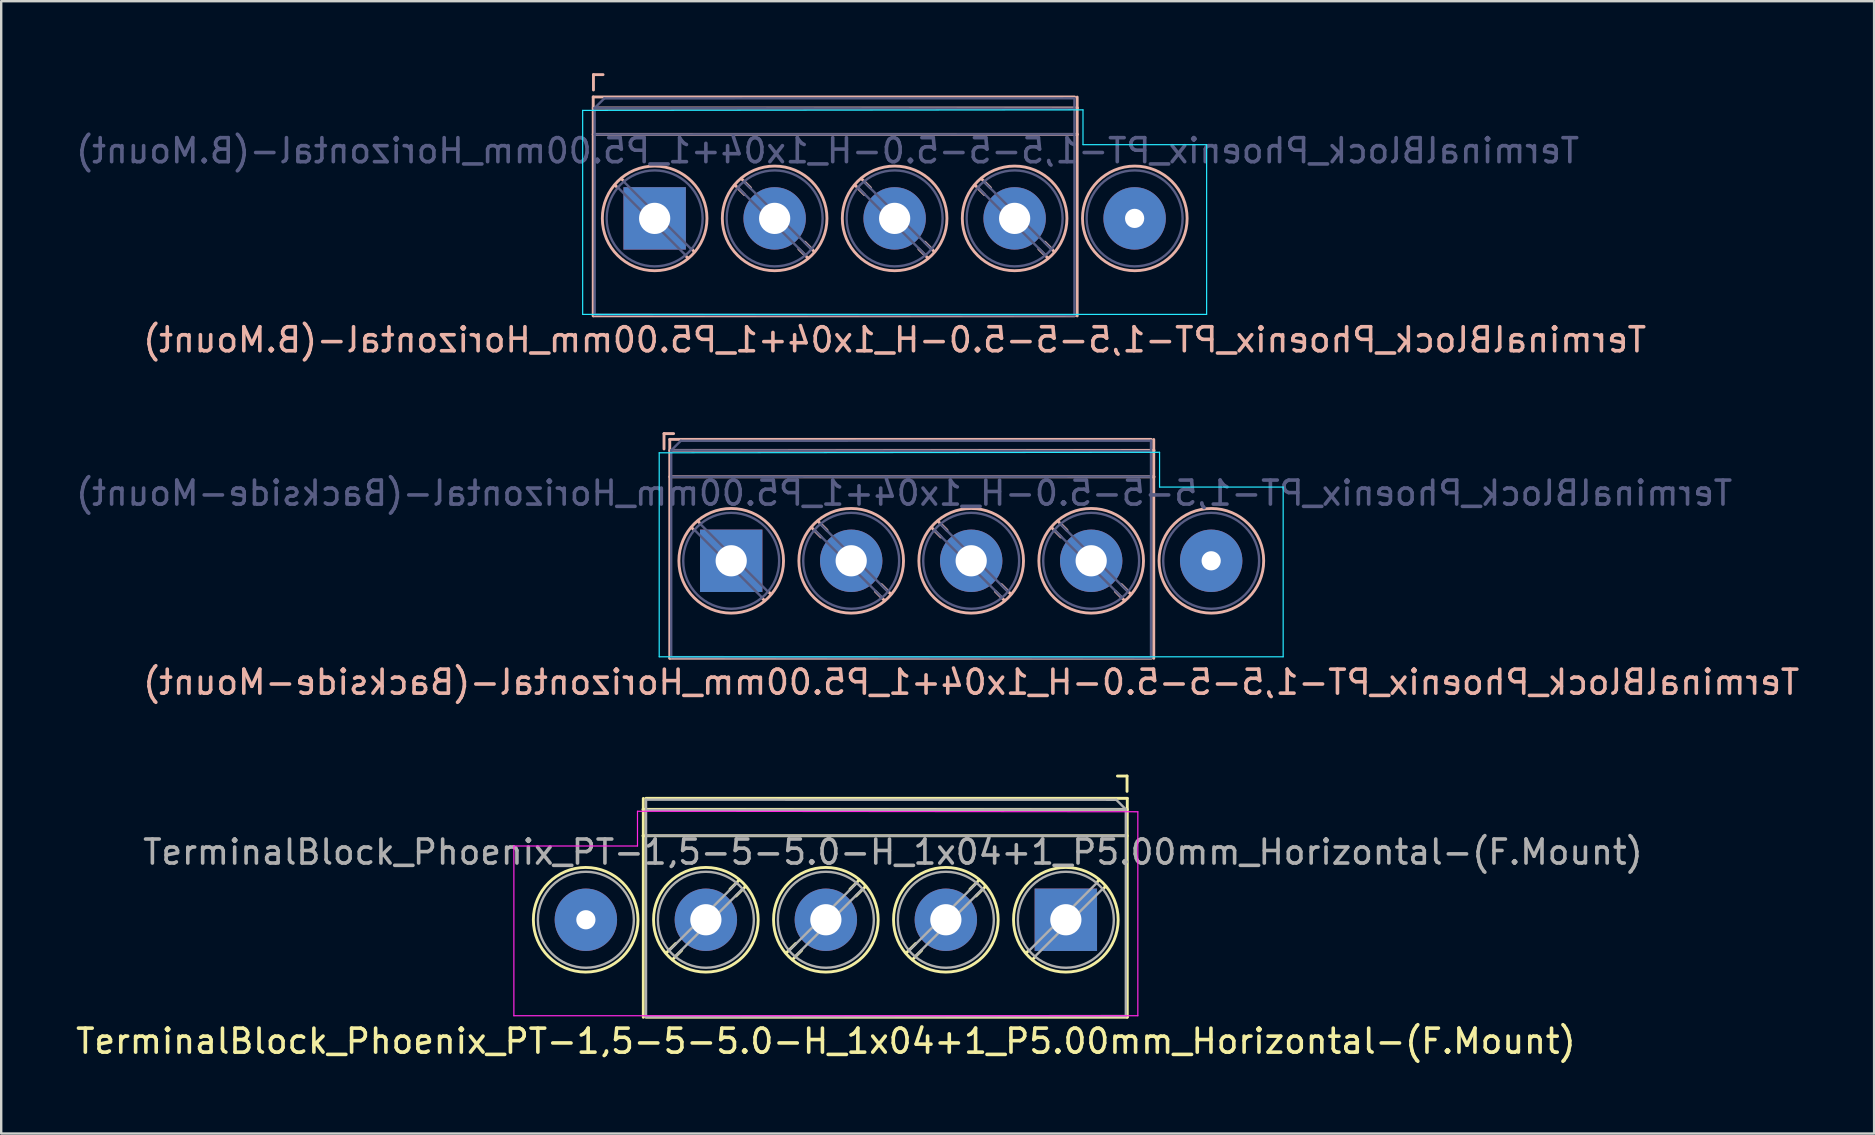
<source format=kicad_pcb>
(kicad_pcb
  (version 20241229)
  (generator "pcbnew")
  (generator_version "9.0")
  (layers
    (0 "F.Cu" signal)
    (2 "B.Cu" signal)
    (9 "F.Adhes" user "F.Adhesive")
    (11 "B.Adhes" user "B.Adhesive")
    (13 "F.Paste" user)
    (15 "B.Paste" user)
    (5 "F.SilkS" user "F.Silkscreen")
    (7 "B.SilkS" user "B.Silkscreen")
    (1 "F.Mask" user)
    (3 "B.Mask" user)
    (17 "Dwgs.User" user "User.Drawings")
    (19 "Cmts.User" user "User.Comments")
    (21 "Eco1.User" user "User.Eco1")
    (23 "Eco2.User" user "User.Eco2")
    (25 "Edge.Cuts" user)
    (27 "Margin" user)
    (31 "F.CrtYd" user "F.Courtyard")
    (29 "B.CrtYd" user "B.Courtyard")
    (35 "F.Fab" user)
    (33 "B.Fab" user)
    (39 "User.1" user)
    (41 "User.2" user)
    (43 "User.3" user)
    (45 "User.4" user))
  (footprint "TerminalBlock_Phoenix_PT-1,5-5-5.0-H_1x04+1_P5.00mm_Horizontal-(F.Mount)"
    (layer "F.Cu")
    (at 31.363 35.276)
    (property "Reference" "TerminalBlock_Phoenix_PT-1,5-5-5.0-H_1x04+1_P5.00mm_Horizontal-(F.Mount)" (at 0 5.06 0) (layer "F.SilkS") (effects (font (size 1 1) (thickness 0.15))))
    (attr through_hole)
    (fp_line (start -7.607 4.065) (end -7.607 -5.055) (stroke (width 0.12) (type solid)) (layer "F.SilkS"))
    (fp_line (start -6.654 1.388) (end -6.259 0.992) (stroke (width 0.12) (type solid)) (layer "F.SilkS"))
    (fp_line (start -6.388 1.654) (end -6.008 1.274) (stroke (width 0.12) (type solid)) (layer "F.SilkS"))
    (fp_line (start -3.993 -1.274) (end -3.613 -1.654) (stroke (width 0.12) (type solid)) (layer "F.SilkS"))
    (fp_line (start -3.742 -0.992) (end -3.347 -1.388) (stroke (width 0.12) (type solid)) (layer "F.SilkS"))
    (fp_line (start -1.654 1.388) (end -1.259 0.992) (stroke (width 0.12) (type solid)) (layer "F.SilkS"))
    (fp_line (start -1.388 1.654) (end -1.008 1.274) (stroke (width 0.12) (type solid)) (layer "F.SilkS"))
    (fp_line (start 1.007 -1.274) (end 1.387 -1.654) (stroke (width 0.12) (type solid)) (layer "F.SilkS"))
    (fp_line (start 1.258 -0.992) (end 1.653 -1.388) (stroke (width 0.12) (type solid)) (layer "F.SilkS"))
    (fp_line (start 3.346 1.388) (end 3.741 0.992) (stroke (width 0.12) (type solid)) (layer "F.SilkS"))
    (fp_line (start 3.612 1.654) (end 3.992 1.274) (stroke (width 0.12) (type solid)) (layer "F.SilkS"))
    (fp_line (start 6.007 -1.274) (end 6.387 -1.654) (stroke (width 0.12) (type solid)) (layer "F.SilkS"))
    (fp_line (start 6.258 -0.992) (end 6.653 -1.388) (stroke (width 0.12) (type solid)) (layer "F.SilkS"))
    (fp_line (start 8.346 1.388) (end 8.453 1.281) (stroke (width 0.12) (type solid)) (layer "F.SilkS"))
    (fp_line (start 8.612 1.654) (end 8.719 1.547) (stroke (width 0.12) (type solid)) (layer "F.SilkS"))
    (fp_line (start 11.282 -1.547) (end 11.388 -1.654) (stroke (width 0.12) (type solid)) (layer "F.SilkS"))
    (fp_line (start 11.548 -1.281) (end 11.654 -1.388) (stroke (width 0.12) (type solid)) (layer "F.SilkS"))
    (fp_line (start 12.55 -5.99) (end 12.15 -5.99) (stroke (width 0.12) (type solid)) (layer "F.SilkS"))
    (fp_line (start 12.55 -5.35) (end 12.55 -5.99) (stroke (width 0.12) (type solid)) (layer "F.SilkS"))
    (fp_line (start 12.56 -5.06) (end -7.5 -5.06) (stroke (width 0.12) (type solid)) (layer "F.SilkS"))
    (fp_line (start 12.56 -4.6) (end -7.62 -4.6) (stroke (width 0.12) (type solid)) (layer "F.SilkS"))
    (fp_line (start 12.56 -3.5) (end -7.62 -3.5) (stroke (width 0.12) (type solid)) (layer "F.SilkS"))
    (fp_line (start 12.56 4.06) (end -7.5 4.06) (stroke (width 0.12) (type solid)) (layer "F.SilkS"))
    (fp_line (start 12.56 4.06) (end 12.56 -5.06) (stroke (width 0.12) (type solid)) (layer "F.SilkS"))
    (fp_circle (center -10.008 0) (end -12.188 0) (stroke (width 0.12) (type solid)) (fill no) (layer "F.SilkS"))
    (fp_circle (center -5 0) (end -7.18 0) (stroke (width 0.12) (type solid)) (fill no) (layer "F.SilkS"))
    (fp_circle (center 0 0) (end -2.18 0) (stroke (width 0.12) (type solid)) (fill no) (layer "F.SilkS"))
    (fp_circle (center 5 0) (end 2.82 0) (stroke (width 0.12) (type solid)) (fill no) (layer "F.SilkS"))
    (fp_circle (center 10 0) (end 7.82 0) (stroke (width 0.12) (type solid)) (fill no) (layer "F.SilkS"))
    (fp_line (start -13 -3.073) (end -13 4) (stroke (width 0.05) (type solid)) (layer "F.CrtYd"))
    (fp_line (start -13 4) (end 13 4) (stroke (width 0.05) (type solid)) (layer "F.CrtYd"))
    (fp_line (start -7.849 -4.521) (end -7.849 -3.073) (stroke (width 0.05) (type solid)) (layer "F.CrtYd"))
    (fp_line (start -7.849 -3.073) (end -13 -3.073) (stroke (width 0.05) (type solid)) (layer "F.CrtYd"))
    (fp_line (start 13 -4.5) (end -7.849 -4.521) (stroke (width 0.05) (type solid)) (layer "F.CrtYd"))
    (fp_line (start 13 4) (end 13 -4.5) (stroke (width 0.05) (type solid)) (layer "F.CrtYd"))
    (fp_line (start -7.493 -5.004) (end -7.493 4.039) (stroke (width 0.1) (type solid)) (layer "F.Fab"))
    (fp_line (start -7.493 -5.004) (end 12.1 -5) (stroke (width 0.1) (type solid)) (layer "F.Fab"))
    (fp_line (start -6.517 1.273) (end -3.728 -1.517) (stroke (width 0.1) (type solid)) (layer "F.Fab"))
    (fp_line (start -6.273 1.517) (end -3.484 -1.273) (stroke (width 0.1) (type solid)) (layer "F.Fab"))
    (fp_line (start -1.517 1.273) (end 1.272 -1.517) (stroke (width 0.1) (type solid)) (layer "F.Fab"))
    (fp_line (start -1.273 1.517) (end 1.516 -1.273) (stroke (width 0.1) (type solid)) (layer "F.Fab"))
    (fp_line (start 3.483 1.273) (end 6.272 -1.517) (stroke (width 0.1) (type solid)) (layer "F.Fab"))
    (fp_line (start 3.727 1.517) (end 6.516 -1.273) (stroke (width 0.1) (type solid)) (layer "F.Fab"))
    (fp_line (start 8.483 1.273) (end 11.273 -1.517) (stroke (width 0.1) (type solid)) (layer "F.Fab"))
    (fp_line (start 8.727 1.517) (end 11.517 -1.273) (stroke (width 0.1) (type solid)) (layer "F.Fab"))
    (fp_line (start 12.1 -5) (end 12.5 -4.6) (stroke (width 0.1) (type solid)) (layer "F.Fab"))
    (fp_line (start 12.5 -4.6) (end -7.493 -4.572) (stroke (width 0.1) (type solid)) (layer "F.Fab"))
    (fp_line (start 12.5 -4.6) (end 12.5 4.013) (stroke (width 0.1) (type solid)) (layer "F.Fab"))
    (fp_line (start 12.5 -3.5) (end -7.493 -3.505) (stroke (width 0.1) (type solid)) (layer "F.Fab"))
    (fp_line (start 12.5 4.013) (end -7.493 4.039) (stroke (width 0.1) (type solid)) (layer "F.Fab"))
    (fp_circle (center -10 0) (end -12 0) (stroke (width 0.1) (type solid)) (fill no) (layer "F.Fab"))
    (fp_circle (center -5 0) (end -7 0) (stroke (width 0.1) (type solid)) (fill no) (layer "F.Fab"))
    (fp_circle (center 0 0) (end -2 0) (stroke (width 0.1) (type solid)) (fill no) (layer "F.Fab"))
    (fp_circle (center 5 0) (end 3 0) (stroke (width 0.1) (type solid)) (fill no) (layer "F.Fab"))
    (fp_circle (center 10 0) (end 8 0) (stroke (width 0.1) (type solid)) (fill no) (layer "F.Fab"))
    (fp_text user "${REFERENCE}" (at 2.794 -2.819 0) (layer "F.Fab") (effects (font (size 1 1) (thickness 0.15))))
    (pad "1" thru_hole rect (at 10 0) (size 2.6 2.6) (drill 1.3) (layers "*.Cu" "*.Mask"))
    (pad "2" thru_hole circle (at 5 0) (size 2.6 2.6) (drill 1.3) (layers "*.Cu" "*.Mask"))
    (pad "3" thru_hole circle (at 0 0) (size 2.6 2.6) (drill 1.3) (layers "*.Cu" "*.Mask"))
    (pad "4" thru_hole circle (at -5 0) (size 2.6 2.6) (drill 1.3) (layers "*.Cu" "*.Mask"))
    (pad "5" thru_hole circle (at -10 0) (size 2.6 2.6) (drill 0.8) (layers "*.Cu" "*.Mask")))
  (footprint "TerminalBlock_Phoenix_PT-1,5-5-5.0-H_1x04+1_P5.00mm_Horizontal-(B.Mount)"
    (layer "F.Cu")
    (at 34.229 6.05)
    (property "Reference" "TerminalBlock_Phoenix_PT-1,5-5-5.0-H_1x04+1_P5.00mm_Horizontal-(B.Mount)" (at 0 5.06 0) (layer "B.SilkS") (effects (font (size 1 1) (thickness 0.15)) (justify mirror)))
    (attr through_hole)
    (fp_line (start -12.56 -5.06) (end 7.5 -5.06) (stroke (width 0.12) (type solid)) (layer "B.SilkS"))
    (fp_line (start -12.56 -4.6) (end 7.62 -4.6) (stroke (width 0.12) (type solid)) (layer "B.SilkS"))
    (fp_line (start -12.56 -3.5) (end 7.62 -3.5) (stroke (width 0.12) (type solid)) (layer "B.SilkS"))
    (fp_line (start -12.56 4.06) (end -12.56 -5.06) (stroke (width 0.12) (type solid)) (layer "B.SilkS"))
    (fp_line (start -12.56 4.06) (end 7.5 4.06) (stroke (width 0.12) (type solid)) (layer "B.SilkS"))
    (fp_line (start -12.55 -5.99) (end -12.15 -5.99) (stroke (width 0.12) (type solid)) (layer "B.SilkS"))
    (fp_line (start -12.55 -5.35) (end -12.55 -5.99) (stroke (width 0.12) (type solid)) (layer "B.SilkS"))
    (fp_line (start -11.548 -1.281) (end -11.654 -1.388) (stroke (width 0.12) (type solid)) (layer "B.SilkS"))
    (fp_line (start -11.282 -1.547) (end -11.388 -1.654) (stroke (width 0.12) (type solid)) (layer "B.SilkS"))
    (fp_line (start -8.612 1.654) (end -8.719 1.547) (stroke (width 0.12) (type solid)) (layer "B.SilkS"))
    (fp_line (start -8.346 1.388) (end -8.453 1.281) (stroke (width 0.12) (type solid)) (layer "B.SilkS"))
    (fp_line (start -6.258 -0.992) (end -6.653 -1.388) (stroke (width 0.12) (type solid)) (layer "B.SilkS"))
    (fp_line (start -6.007 -1.274) (end -6.387 -1.654) (stroke (width 0.12) (type solid)) (layer "B.SilkS"))
    (fp_line (start -3.612 1.654) (end -3.992 1.274) (stroke (width 0.12) (type solid)) (layer "B.SilkS"))
    (fp_line (start -3.346 1.388) (end -3.741 0.992) (stroke (width 0.12) (type solid)) (layer "B.SilkS"))
    (fp_line (start -1.258 -0.992) (end -1.653 -1.388) (stroke (width 0.12) (type solid)) (layer "B.SilkS"))
    (fp_line (start -1.007 -1.274) (end -1.387 -1.654) (stroke (width 0.12) (type solid)) (layer "B.SilkS"))
    (fp_line (start 1.388 1.654) (end 1.008 1.274) (stroke (width 0.12) (type solid)) (layer "B.SilkS"))
    (fp_line (start 1.654 1.388) (end 1.259 0.992) (stroke (width 0.12) (type solid)) (layer "B.SilkS"))
    (fp_line (start 3.742 -0.992) (end 3.347 -1.388) (stroke (width 0.12) (type solid)) (layer "B.SilkS"))
    (fp_line (start 3.993 -1.274) (end 3.613 -1.654) (stroke (width 0.12) (type solid)) (layer "B.SilkS"))
    (fp_line (start 6.388 1.654) (end 6.008 1.274) (stroke (width 0.12) (type solid)) (layer "B.SilkS"))
    (fp_line (start 6.654 1.388) (end 6.259 0.992) (stroke (width 0.12) (type solid)) (layer "B.SilkS"))
    (fp_line (start 7.607 4.065) (end 7.607 -5.055) (stroke (width 0.12) (type solid)) (layer "B.SilkS"))
    (fp_circle (center -10 0) (end -7.82 0) (stroke (width 0.12) (type solid)) (fill no) (layer "B.SilkS"))
    (fp_circle (center -5 0) (end -2.82 0) (stroke (width 0.12) (type solid)) (fill no) (layer "B.SilkS"))
    (fp_circle (center 0 0) (end 2.18 0) (stroke (width 0.12) (type solid)) (fill no) (layer "B.SilkS"))
    (fp_circle (center 5 0) (end 7.18 0) (stroke (width 0.12) (type solid)) (fill no) (layer "B.SilkS"))
    (fp_circle (center 10.008 0) (end 12.188 0) (stroke (width 0.12) (type solid)) (fill no) (layer "B.SilkS"))
    (fp_line (start -13 -4.5) (end 7.849 -4.521) (stroke (width 0.05) (type solid)) (layer "B.CrtYd"))
    (fp_line (start -13 4) (end -13 -4.5) (stroke (width 0.05) (type solid)) (layer "B.CrtYd"))
    (fp_line (start 7.849 -4.521) (end 7.849 -3.073) (stroke (width 0.05) (type solid)) (layer "B.CrtYd"))
    (fp_line (start 7.849 -3.073) (end 13 -3.073) (stroke (width 0.05) (type solid)) (layer "B.CrtYd"))
    (fp_line (start 13 -3.073) (end 13 4) (stroke (width 0.05) (type solid)) (layer "B.CrtYd"))
    (fp_line (start 13 4) (end -13 4) (stroke (width 0.05) (type solid)) (layer "B.CrtYd"))
    (fp_line (start -12.5 -4.6) (end -12.5 4.013) (stroke (width 0.1) (type solid)) (layer "B.Fab"))
    (fp_line (start -12.5 -4.6) (end 7.493 -4.572) (stroke (width 0.1) (type solid)) (layer "B.Fab"))
    (fp_line (start -12.5 -3.5) (end 7.493 -3.505) (stroke (width 0.1) (type solid)) (layer "B.Fab"))
    (fp_line (start -12.5 4.013) (end 7.493 4.039) (stroke (width 0.1) (type solid)) (layer "B.Fab"))
    (fp_line (start -12.1 -5) (end -12.5 -4.6) (stroke (width 0.1) (type solid)) (layer "B.Fab"))
    (fp_line (start -8.727 1.517) (end -11.517 -1.273) (stroke (width 0.1) (type solid)) (layer "B.Fab"))
    (fp_line (start -8.483 1.273) (end -11.273 -1.517) (stroke (width 0.1) (type solid)) (layer "B.Fab"))
    (fp_line (start -3.727 1.517) (end -6.516 -1.273) (stroke (width 0.1) (type solid)) (layer "B.Fab"))
    (fp_line (start -3.483 1.273) (end -6.272 -1.517) (stroke (width 0.1) (type solid)) (layer "B.Fab"))
    (fp_line (start 1.273 1.517) (end -1.516 -1.273) (stroke (width 0.1) (type solid)) (layer "B.Fab"))
    (fp_line (start 1.517 1.273) (end -1.272 -1.517) (stroke (width 0.1) (type solid)) (layer "B.Fab"))
    (fp_line (start 6.273 1.517) (end 3.484 -1.273) (stroke (width 0.1) (type solid)) (layer "B.Fab"))
    (fp_line (start 6.517 1.273) (end 3.728 -1.517) (stroke (width 0.1) (type solid)) (layer "B.Fab"))
    (fp_line (start 7.493 -5.004) (end -12.1 -5) (stroke (width 0.1) (type solid)) (layer "B.Fab"))
    (fp_line (start 7.493 -5.004) (end 7.493 4.039) (stroke (width 0.1) (type solid)) (layer "B.Fab"))
    (fp_circle (center -10 0) (end -8 0) (stroke (width 0.1) (type solid)) (fill no) (layer "B.Fab"))
    (fp_circle (center -5 0) (end -3 0) (stroke (width 0.1) (type solid)) (fill no) (layer "B.Fab"))
    (fp_circle (center 0 0) (end 2 0) (stroke (width 0.1) (type solid)) (fill no) (layer "B.Fab"))
    (fp_circle (center 5 0) (end 7 0) (stroke (width 0.1) (type solid)) (fill no) (layer "B.Fab"))
    (fp_circle (center 10 0) (end 12 0) (stroke (width 0.1) (type solid)) (fill no) (layer "B.Fab"))
    (fp_text user "${REFERENCE}" (at -2.794 -2.819 0) (layer "B.Fab") (effects (font (size 1 1) (thickness 0.15)) (justify mirror)))
    (pad "1" thru_hole rect (at -10 0) (size 2.6 2.6) (drill 1.3) (layers "*.Cu" "*.Mask"))
    (pad "2" thru_hole circle (at -5 0) (size 2.6 2.6) (drill 1.3) (layers "*.Cu" "*.Mask"))
    (pad "3" thru_hole circle (at 0 0) (size 2.6 2.6) (drill 1.3) (layers "*.Cu" "*.Mask"))
    (pad "4" thru_hole circle (at 5 0) (size 2.6 2.6) (drill 1.3) (layers "*.Cu" "*.Mask"))
    (pad "5" thru_hole circle (at 10 0) (size 2.6 2.6) (drill 0.8) (layers "*.Cu" "*.Mask")))
  (footprint "TerminalBlock_Phoenix_PT-1,5-5-5.0-H_1x04+1_P5.00mm_Horizontal-(Backside-Mount)"
    (layer "F.Cu")
    (at 37.419 20.318)
    (property "Reference" "TerminalBlock_Phoenix_PT-1,5-5-5.0-H_1x04+1_P5.00mm_Horizontal-(Backside-Mount)" (at 0 5.06 0) (layer "B.SilkS") (effects (font (size 1 1) (thickness 0.15)) (justify mirror)))
    (attr through_hole)
    (fp_line (start -12.8 -5.3) (end -12.4 -5.3) (stroke (width 0.12) (type solid)) (layer "B.SilkS"))
    (fp_line (start -12.8 -4.66) (end -12.8 -5.3) (stroke (width 0.12) (type solid)) (layer "B.SilkS"))
    (fp_line (start -12.56 -5.06) (end 7.5 -5.06) (stroke (width 0.12) (type solid)) (layer "B.SilkS"))
    (fp_line (start -12.56 -4.6) (end 7.62 -4.6) (stroke (width 0.12) (type solid)) (layer "B.SilkS"))
    (fp_line (start -12.56 -3.5) (end 7.62 -3.5) (stroke (width 0.12) (type solid)) (layer "B.SilkS"))
    (fp_line (start -12.56 4.06) (end -12.56 -5.06) (stroke (width 0.12) (type solid)) (layer "B.SilkS"))
    (fp_line (start -12.56 4.06) (end 7.5 4.06) (stroke (width 0.12) (type solid)) (layer "B.SilkS"))
    (fp_line (start -11.548 -1.281) (end -11.654 -1.388) (stroke (width 0.12) (type solid)) (layer "B.SilkS"))
    (fp_line (start -11.282 -1.547) (end -11.388 -1.654) (stroke (width 0.12) (type solid)) (layer "B.SilkS"))
    (fp_line (start -8.612 1.654) (end -8.719 1.547) (stroke (width 0.12) (type solid)) (layer "B.SilkS"))
    (fp_line (start -8.346 1.388) (end -8.453 1.281) (stroke (width 0.12) (type solid)) (layer "B.SilkS"))
    (fp_line (start -6.258 -0.992) (end -6.653 -1.388) (stroke (width 0.12) (type solid)) (layer "B.SilkS"))
    (fp_line (start -6.007 -1.274) (end -6.387 -1.654) (stroke (width 0.12) (type solid)) (layer "B.SilkS"))
    (fp_line (start -3.612 1.654) (end -3.992 1.274) (stroke (width 0.12) (type solid)) (layer "B.SilkS"))
    (fp_line (start -3.346 1.388) (end -3.741 0.992) (stroke (width 0.12) (type solid)) (layer "B.SilkS"))
    (fp_line (start -1.258 -0.992) (end -1.653 -1.388) (stroke (width 0.12) (type solid)) (layer "B.SilkS"))
    (fp_line (start -1.007 -1.274) (end -1.387 -1.654) (stroke (width 0.12) (type solid)) (layer "B.SilkS"))
    (fp_line (start 1.388 1.654) (end 1.008 1.274) (stroke (width 0.12) (type solid)) (layer "B.SilkS"))
    (fp_line (start 1.654 1.388) (end 1.259 0.992) (stroke (width 0.12) (type solid)) (layer "B.SilkS"))
    (fp_line (start 3.742 -0.992) (end 3.347 -1.388) (stroke (width 0.12) (type solid)) (layer "B.SilkS"))
    (fp_line (start 3.993 -1.274) (end 3.613 -1.654) (stroke (width 0.12) (type solid)) (layer "B.SilkS"))
    (fp_line (start 6.388 1.654) (end 6.008 1.274) (stroke (width 0.12) (type solid)) (layer "B.SilkS"))
    (fp_line (start 6.654 1.388) (end 6.259 0.992) (stroke (width 0.12) (type solid)) (layer "B.SilkS"))
    (fp_line (start 7.607 4.065) (end 7.607 -5.055) (stroke (width 0.12) (type solid)) (layer "B.SilkS"))
    (fp_circle (center -10 0) (end -7.82 0) (stroke (width 0.12) (type solid)) (fill no) (layer "B.SilkS"))
    (fp_circle (center -5 0) (end -2.82 0) (stroke (width 0.12) (type solid)) (fill no) (layer "B.SilkS"))
    (fp_circle (center 0 0) (end 2.18 0) (stroke (width 0.12) (type solid)) (fill no) (layer "B.SilkS"))
    (fp_circle (center 5 0) (end 7.18 0) (stroke (width 0.12) (type solid)) (fill no) (layer "B.SilkS"))
    (fp_circle (center 10.008 0) (end 12.188 0) (stroke (width 0.12) (type solid)) (fill no) (layer "B.SilkS"))
    (fp_line (start -13 -4.5) (end 7.849 -4.521) (stroke (width 0.05) (type solid)) (layer "B.CrtYd"))
    (fp_line (start -13 4) (end -13 -4.5) (stroke (width 0.05) (type solid)) (layer "B.CrtYd"))
    (fp_line (start 7.849 -4.521) (end 7.849 -3.073) (stroke (width 0.05) (type solid)) (layer "B.CrtYd"))
    (fp_line (start 7.849 -3.073) (end 13 -3.073) (stroke (width 0.05) (type solid)) (layer "B.CrtYd"))
    (fp_line (start 13 -3.073) (end 13 4) (stroke (width 0.05) (type solid)) (layer "B.CrtYd"))
    (fp_line (start 13 4) (end -13 4) (stroke (width 0.05) (type solid)) (layer "B.CrtYd"))
    (fp_line (start -12.5 -4.6) (end -12.5 4.013) (stroke (width 0.1) (type solid)) (layer "B.Fab"))
    (fp_line (start -12.5 -4.6) (end 7.493 -4.572) (stroke (width 0.1) (type solid)) (layer "B.Fab"))
    (fp_line (start -12.5 -3.5) (end 7.493 -3.505) (stroke (width 0.1) (type solid)) (layer "B.Fab"))
    (fp_line (start -12.5 4.013) (end 7.493 4.039) (stroke (width 0.1) (type solid)) (layer "B.Fab"))
    (fp_line (start -12.1 -5) (end -12.5 -4.6) (stroke (width 0.1) (type solid)) (layer "B.Fab"))
    (fp_line (start -8.727 1.517) (end -11.517 -1.273) (stroke (width 0.1) (type solid)) (layer "B.Fab"))
    (fp_line (start -8.483 1.273) (end -11.273 -1.517) (stroke (width 0.1) (type solid)) (layer "B.Fab"))
    (fp_line (start -3.727 1.517) (end -6.516 -1.273) (stroke (width 0.1) (type solid)) (layer "B.Fab"))
    (fp_line (start -3.483 1.273) (end -6.272 -1.517) (stroke (width 0.1) (type solid)) (layer "B.Fab"))
    (fp_line (start 1.273 1.517) (end -1.516 -1.273) (stroke (width 0.1) (type solid)) (layer "B.Fab"))
    (fp_line (start 1.517 1.273) (end -1.272 -1.517) (stroke (width 0.1) (type solid)) (layer "B.Fab"))
    (fp_line (start 6.273 1.517) (end 3.484 -1.273) (stroke (width 0.1) (type solid)) (layer "B.Fab"))
    (fp_line (start 6.517 1.273) (end 3.728 -1.517) (stroke (width 0.1) (type solid)) (layer "B.Fab"))
    (fp_line (start 7.493 -5.004) (end -12.1 -5) (stroke (width 0.1) (type solid)) (layer "B.Fab"))
    (fp_line (start 7.493 -5.004) (end 7.493 4.039) (stroke (width 0.1) (type solid)) (layer "B.Fab"))
    (fp_circle (center -10 0) (end -8 0) (stroke (width 0.1) (type solid)) (fill no) (layer "B.Fab"))
    (fp_circle (center -5 0) (end -3 0) (stroke (width 0.1) (type solid)) (fill no) (layer "B.Fab"))
    (fp_circle (center 0 0) (end 2 0) (stroke (width 0.1) (type solid)) (fill no) (layer "B.Fab"))
    (fp_circle (center 5 0) (end 7 0) (stroke (width 0.1) (type solid)) (fill no) (layer "B.Fab"))
    (fp_circle (center 10 0) (end 12 0) (stroke (width 0.1) (type solid)) (fill no) (layer "B.Fab"))
    (fp_text user "${REFERENCE}" (at -2.794 -2.819 0) (layer "B.Fab") (effects (font (size 1 1) (thickness 0.15)) (justify mirror)))
    (pad "1" thru_hole rect (at -10 0) (size 2.6 2.6) (drill 1.3) (layers "*.Cu" "*.Mask"))
    (pad "2" thru_hole circle (at -5 0) (size 2.6 2.6) (drill 1.3) (layers "*.Cu" "*.Mask"))
    (pad "3" thru_hole circle (at 0 0) (size 2.6 2.6) (drill 1.3) (layers "*.Cu" "*.Mask"))
    (pad "4" thru_hole circle (at 5 0) (size 2.6 2.6) (drill 1.3) (layers "*.Cu" "*.Mask"))
    (pad "5" thru_hole circle (at 10 0) (size 2.6 2.6) (drill 0.8) (layers "*.Cu" "*.Mask")))
  (gr_rect
    (start -3 -3)
    (end 75.044 44.185)
    (stroke (width 0.1) (type default))
    (fill no)
    (layer "Edge.Cuts")))
</source>
